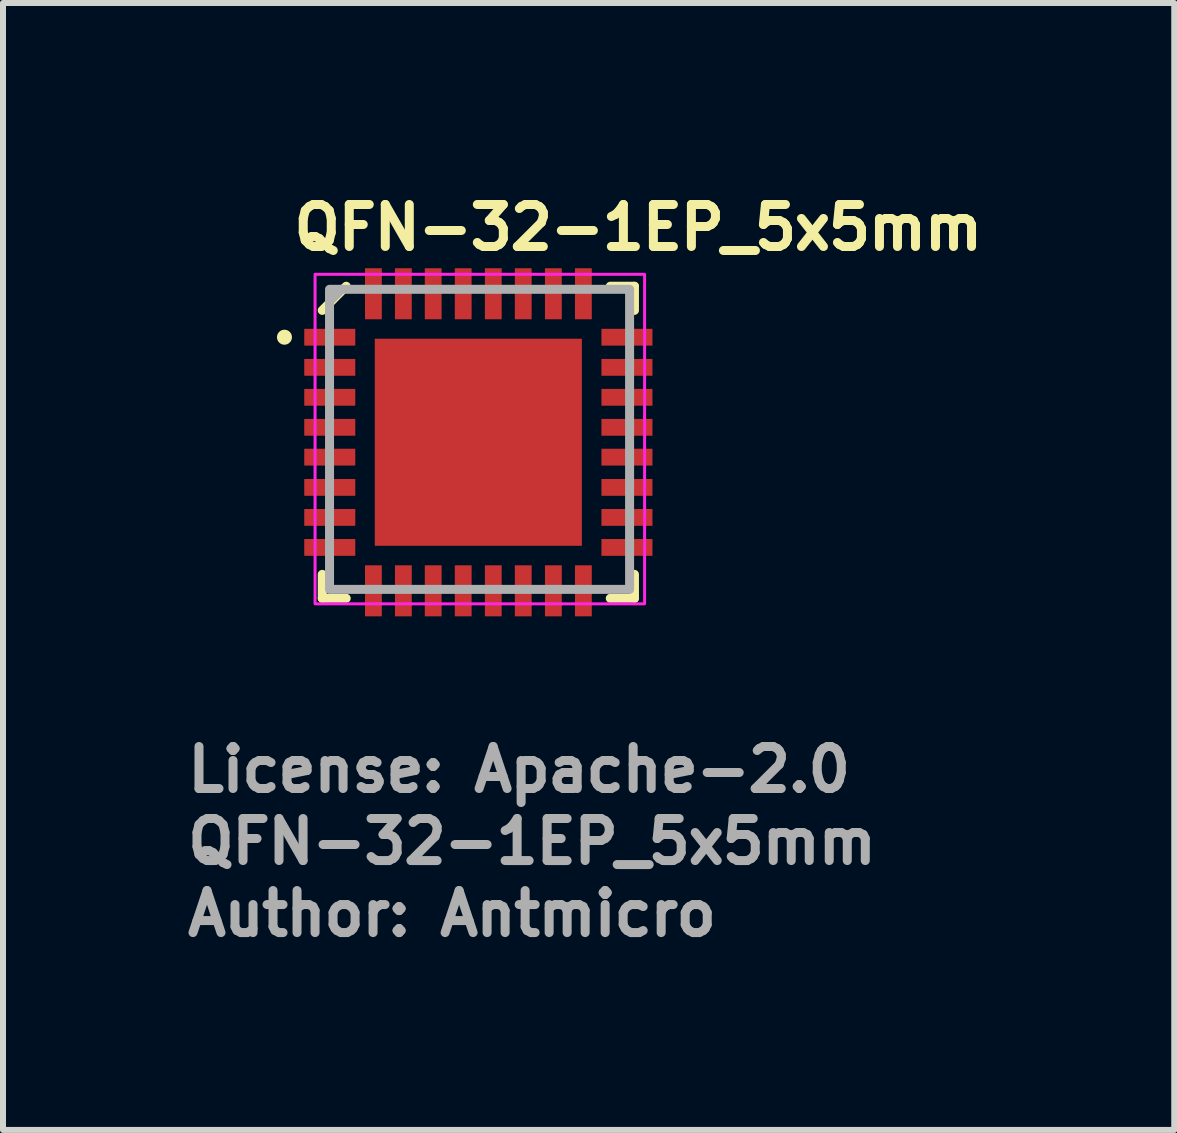
<source format=kicad_pcb>
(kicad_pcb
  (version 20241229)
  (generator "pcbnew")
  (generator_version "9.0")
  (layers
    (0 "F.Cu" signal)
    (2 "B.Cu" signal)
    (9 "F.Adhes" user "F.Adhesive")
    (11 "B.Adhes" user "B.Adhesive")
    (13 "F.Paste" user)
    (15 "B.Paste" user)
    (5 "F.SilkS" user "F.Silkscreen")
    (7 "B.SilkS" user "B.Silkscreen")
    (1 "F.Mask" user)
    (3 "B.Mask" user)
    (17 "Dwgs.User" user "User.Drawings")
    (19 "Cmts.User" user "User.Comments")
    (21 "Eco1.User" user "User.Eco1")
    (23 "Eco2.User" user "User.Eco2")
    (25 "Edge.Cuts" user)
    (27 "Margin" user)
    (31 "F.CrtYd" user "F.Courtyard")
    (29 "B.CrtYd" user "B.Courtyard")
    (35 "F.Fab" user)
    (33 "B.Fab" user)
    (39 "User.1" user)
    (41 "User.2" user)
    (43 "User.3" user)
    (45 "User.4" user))
  (footprint "QFN-32-1EP_5x5mm"
    (layer "F.Cu")
    (at 4.939 4.27)
    (property "Reference" "QFN-32-1EP_5x5mm" (at -3.169 -3.12 0) (layer "F.SilkS") (effects (font (size 0.7 0.7) (thickness 0.15)) (justify left bottom)))
    (attr smd)
    (fp_line (start -2.62 2.648) (end -2.62 2.249) (stroke (width 0.15) (type solid)) (layer "F.SilkS"))
    (fp_line (start -2.221 -2.551) (end -2.62 -2.149) (stroke (width 0.15) (type solid)) (layer "F.SilkS"))
    (fp_line (start -2.221 2.648) (end -2.62 2.648) (stroke (width 0.15) (type solid)) (layer "F.SilkS"))
    (fp_line (start 2.581 -2.551) (end 2.178 -2.551) (stroke (width 0.15) (type solid)) (layer "F.SilkS"))
    (fp_line (start 2.581 -2.551) (end 2.581 -2.149) (stroke (width 0.15) (type solid)) (layer "F.SilkS"))
    (fp_line (start 2.581 2.249) (end 2.581 2.648) (stroke (width 0.15) (type solid)) (layer "F.SilkS"))
    (fp_line (start 2.581 2.648) (end 2.178 2.648) (stroke (width 0.15) (type solid)) (layer "F.SilkS"))
    (fp_circle (center -3.25 -1.702) (end -3.2 -1.702) (stroke (width 0.15) (type solid)) (fill yes) (layer "F.SilkS"))
    (fp_rect (start -1.446 -0.175) (end -0.246 -1.375) (stroke (width 0.2) (type solid)) (fill yes) (layer "F.Paste"))
    (fp_rect (start -1.446 1.474) (end -0.246 0.274) (stroke (width 0.2) (type solid)) (fill yes) (layer "F.Paste"))
    (fp_rect (start 0.203 -0.175) (end 1.403 -1.375) (stroke (width 0.2) (type solid)) (fill yes) (layer "F.Paste"))
    (fp_rect (start 0.203 1.474) (end 1.403 0.274) (stroke (width 0.2) (type solid)) (fill yes) (layer "F.Paste"))
    (fp_rect (start -2.74 -2.75) (end 2.75 2.74) (stroke (width 0.05) (type solid)) (fill no) (layer "F.CrtYd"))
    (fp_line (start -2.499 -2.299) (end -2.298 -2.5) (stroke (width 0.15) (type solid)) (layer "F.Fab"))
    (fp_rect (start -2.499 -2.5) (end 2.5 2.499) (stroke (width 0.15) (type solid)) (fill no) (layer "F.Fab"))
    (fp_rect (start -2.499 -2.5) (end 2.5 2.499) (stroke (width 0.1) (type solid)) (fill no) (layer "User.5"))
    (fp_line (start -2.499 -2.5) (end -2.499 2.499) (stroke (width 0.02) (type solid)) (layer "User.9"))
    (fp_line (start -2.499 -1.875) (end -2.499 -1.875) (stroke (width 0.02) (type solid)) (layer "User.9"))
    (fp_line (start -2.499 -1.625) (end -2.499 -1.875) (stroke (width 0.02) (type solid)) (layer "User.9"))
    (fp_line (start -2.499 -1.625) (end -2.499 -1.625) (stroke (width 0.02) (type solid)) (layer "User.9"))
    (fp_line (start -2.499 -1.375) (end -2.499 -1.375) (stroke (width 0.02) (type solid)) (layer "User.9"))
    (fp_line (start -2.499 -1.125) (end -2.499 -1.375) (stroke (width 0.02) (type solid)) (layer "User.9"))
    (fp_line (start -2.499 -1.125) (end -2.499 -1.125) (stroke (width 0.02) (type solid)) (layer "User.9"))
    (fp_line (start -2.499 -0.875) (end -2.499 -0.875) (stroke (width 0.02) (type solid)) (layer "User.9"))
    (fp_line (start -2.499 -0.625) (end -2.499 -0.875) (stroke (width 0.02) (type solid)) (layer "User.9"))
    (fp_line (start -2.499 -0.625) (end -2.499 -0.625) (stroke (width 0.02) (type solid)) (layer "User.9"))
    (fp_line (start -2.499 -0.375) (end -2.499 -0.375) (stroke (width 0.02) (type solid)) (layer "User.9"))
    (fp_line (start -2.499 -0.125) (end -2.499 -0.375) (stroke (width 0.02) (type solid)) (layer "User.9"))
    (fp_line (start -2.499 -0.125) (end -2.499 -0.125) (stroke (width 0.02) (type solid)) (layer "User.9"))
    (fp_line (start -2.499 0.122) (end -2.499 0.122) (stroke (width 0.02) (type solid)) (layer "User.9"))
    (fp_line (start -2.499 0.372) (end -2.499 0.122) (stroke (width 0.02) (type solid)) (layer "User.9"))
    (fp_line (start -2.499 0.372) (end -2.499 0.372) (stroke (width 0.02) (type solid)) (layer "User.9"))
    (fp_line (start -2.499 0.622) (end -2.499 0.622) (stroke (width 0.02) (type solid)) (layer "User.9"))
    (fp_line (start -2.499 0.872) (end -2.499 0.622) (stroke (width 0.02) (type solid)) (layer "User.9"))
    (fp_line (start -2.499 0.872) (end -2.499 0.872) (stroke (width 0.02) (type solid)) (layer "User.9"))
    (fp_line (start -2.499 1.124) (end -2.499 1.124) (stroke (width 0.02) (type solid)) (layer "User.9"))
    (fp_line (start -2.499 1.374) (end -2.499 1.124) (stroke (width 0.02) (type solid)) (layer "User.9"))
    (fp_line (start -2.499 1.374) (end -2.499 1.374) (stroke (width 0.02) (type solid)) (layer "User.9"))
    (fp_line (start -2.499 1.624) (end -2.499 1.624) (stroke (width 0.02) (type solid)) (layer "User.9"))
    (fp_line (start -2.499 1.874) (end -2.499 1.624) (stroke (width 0.02) (type solid)) (layer "User.9"))
    (fp_line (start -2.499 1.874) (end -2.499 1.874) (stroke (width 0.02) (type solid)) (layer "User.9"))
    (fp_line (start -2.499 2.499) (end 2.5 2.499) (stroke (width 0.02) (type solid)) (layer "User.9"))
    (fp_line (start -1.999 -1.872) (end -1.999 -1.867) (stroke (width 0.02) (type solid)) (layer "User.9"))
    (fp_line (start -1.999 -1.867) (end -1.999 -1.859) (stroke (width 0.02) (type solid)) (layer "User.9"))
    (fp_line (start -1.999 -1.859) (end -1.999 -1.851) (stroke (width 0.02) (type solid)) (layer "User.9"))
    (fp_line (start -1.999 -1.851) (end -1.999 -1.851) (stroke (width 0.02) (type solid)) (layer "User.9"))
    (fp_line (start -1.999 -1.851) (end -1.999 -1.843) (stroke (width 0.02) (type solid)) (layer "User.9"))
    (fp_line (start -1.999 -1.843) (end -1.999 -1.835) (stroke (width 0.02) (type solid)) (layer "User.9"))
    (fp_line (start -1.999 -1.835) (end -1.999 -1.829) (stroke (width 0.02) (type solid)) (layer "User.9"))
    (fp_line (start -1.999 -1.829) (end -1.996 -1.821) (stroke (width 0.02) (type solid)) (layer "User.9"))
    (fp_line (start -1.996 -1.88) (end -1.999 -1.872) (stroke (width 0.02) (type solid)) (layer "User.9"))
    (fp_line (start -1.996 -1.821) (end -1.995 -1.813) (stroke (width 0.02) (type solid)) (layer "User.9"))
    (fp_line (start -1.995 -1.888) (end -1.996 -1.88) (stroke (width 0.02) (type solid)) (layer "User.9"))
    (fp_line (start -1.995 -1.813) (end -1.992 -1.807) (stroke (width 0.02) (type solid)) (layer "User.9"))
    (fp_line (start -1.992 -1.895) (end -1.995 -1.888) (stroke (width 0.02) (type solid)) (layer "User.9"))
    (fp_line (start -1.992 -1.807) (end -1.991 -1.799) (stroke (width 0.02) (type solid)) (layer "User.9"))
    (fp_line (start -1.991 -1.903) (end -1.992 -1.895) (stroke (width 0.02) (type solid)) (layer "User.9"))
    (fp_line (start -1.991 -1.799) (end -1.988 -1.791) (stroke (width 0.02) (type solid)) (layer "User.9"))
    (fp_line (start -1.988 -1.908) (end -1.991 -1.903) (stroke (width 0.02) (type solid)) (layer "User.9"))
    (fp_line (start -1.988 -1.791) (end -1.984 -1.786) (stroke (width 0.02) (type solid)) (layer "User.9"))
    (fp_line (start -1.984 -1.916) (end -1.988 -1.908) (stroke (width 0.02) (type solid)) (layer "User.9"))
    (fp_line (start -1.984 -1.786) (end -1.98 -1.779) (stroke (width 0.02) (type solid)) (layer "User.9"))
    (fp_line (start -1.98 -1.922) (end -1.984 -1.916) (stroke (width 0.02) (type solid)) (layer "User.9"))
    (fp_line (start -1.98 -1.779) (end -1.979 -1.774) (stroke (width 0.02) (type solid)) (layer "User.9"))
    (fp_line (start -1.979 -1.928) (end -1.98 -1.922) (stroke (width 0.02) (type solid)) (layer "User.9"))
    (fp_line (start -1.979 -1.774) (end -1.975 -1.767) (stroke (width 0.02) (type solid)) (layer "User.9"))
    (fp_line (start -1.975 -1.934) (end -1.979 -1.928) (stroke (width 0.02) (type solid)) (layer "User.9"))
    (fp_line (start -1.975 -1.767) (end -1.971 -1.762) (stroke (width 0.02) (type solid)) (layer "User.9"))
    (fp_line (start -1.971 -1.94) (end -1.975 -1.934) (stroke (width 0.02) (type solid)) (layer "User.9"))
    (fp_line (start -1.971 -1.762) (end -1.965 -1.755) (stroke (width 0.02) (type solid)) (layer "User.9"))
    (fp_line (start -1.965 -1.946) (end -1.971 -1.94) (stroke (width 0.02) (type solid)) (layer "User.9"))
    (fp_line (start -1.965 -1.755) (end -1.961 -1.75) (stroke (width 0.02) (type solid)) (layer "User.9"))
    (fp_line (start -1.961 -1.952) (end -1.965 -1.946) (stroke (width 0.02) (type solid)) (layer "User.9"))
    (fp_line (start -1.961 -1.75) (end -1.957 -1.743) (stroke (width 0.02) (type solid)) (layer "User.9"))
    (fp_line (start -1.957 -1.958) (end -1.961 -1.952) (stroke (width 0.02) (type solid)) (layer "User.9"))
    (fp_line (start -1.957 -1.743) (end -1.951 -1.739) (stroke (width 0.02) (type solid)) (layer "User.9"))
    (fp_line (start -1.951 -1.962) (end -1.957 -1.958) (stroke (width 0.02) (type solid)) (layer "User.9"))
    (fp_line (start -1.951 -1.739) (end -1.945 -1.735) (stroke (width 0.02) (type solid)) (layer "User.9"))
    (fp_line (start -1.945 -1.966) (end -1.951 -1.962) (stroke (width 0.02) (type solid)) (layer "User.9"))
    (fp_line (start -1.945 -1.735) (end -1.939 -1.73) (stroke (width 0.02) (type solid)) (layer "User.9"))
    (fp_line (start -1.939 -1.972) (end -1.945 -1.966) (stroke (width 0.02) (type solid)) (layer "User.9"))
    (fp_line (start -1.939 -1.73) (end -1.933 -1.726) (stroke (width 0.02) (type solid)) (layer "User.9"))
    (fp_line (start -1.933 -1.976) (end -1.939 -1.972) (stroke (width 0.02) (type solid)) (layer "User.9"))
    (fp_line (start -1.933 -1.726) (end -1.927 -1.722) (stroke (width 0.02) (type solid)) (layer "User.9"))
    (fp_line (start -1.927 -1.98) (end -1.933 -1.976) (stroke (width 0.02) (type solid)) (layer "User.9"))
    (fp_line (start -1.927 -1.722) (end -1.921 -1.72) (stroke (width 0.02) (type solid)) (layer "User.9"))
    (fp_line (start -1.921 -1.981) (end -1.927 -1.98) (stroke (width 0.02) (type solid)) (layer "User.9"))
    (fp_line (start -1.921 -1.72) (end -1.915 -1.716) (stroke (width 0.02) (type solid)) (layer "User.9"))
    (fp_line (start -1.915 -1.985) (end -1.921 -1.981) (stroke (width 0.02) (type solid)) (layer "User.9"))
    (fp_line (start -1.915 -1.716) (end -1.907 -1.712) (stroke (width 0.02) (type solid)) (layer "User.9"))
    (fp_line (start -1.907 -1.989) (end -1.915 -1.985) (stroke (width 0.02) (type solid)) (layer "User.9"))
    (fp_line (start -1.907 -1.712) (end -1.901 -1.71) (stroke (width 0.02) (type solid)) (layer "User.9"))
    (fp_line (start -1.901 -1.992) (end -1.907 -1.989) (stroke (width 0.02) (type solid)) (layer "User.9"))
    (fp_line (start -1.901 -1.71) (end -1.893 -1.708) (stroke (width 0.02) (type solid)) (layer "User.9"))
    (fp_line (start -1.893 -1.993) (end -1.901 -1.992) (stroke (width 0.02) (type solid)) (layer "User.9"))
    (fp_line (start -1.893 -1.708) (end -1.887 -1.706) (stroke (width 0.02) (type solid)) (layer "User.9"))
    (fp_line (start -1.887 -1.996) (end -1.893 -1.993) (stroke (width 0.02) (type solid)) (layer "User.9"))
    (fp_line (start -1.887 -1.706) (end -1.879 -1.704) (stroke (width 0.02) (type solid)) (layer "User.9"))
    (fp_line (start -1.879 -1.997) (end -1.887 -1.996) (stroke (width 0.02) (type solid)) (layer "User.9"))
    (fp_line (start -1.879 -1.704) (end -1.871 -1.702) (stroke (width 0.02) (type solid)) (layer "User.9"))
    (fp_line (start -1.874 -2.5) (end -1.874 -2.5) (stroke (width 0.02) (type solid)) (layer "User.9"))
    (fp_line (start -1.874 -2.5) (end -1.624 -2.5) (stroke (width 0.02) (type solid)) (layer "User.9"))
    (fp_line (start -1.874 2.499) (end -1.874 2.499) (stroke (width 0.02) (type solid)) (layer "User.9"))
    (fp_line (start -1.874 2.499) (end -1.624 2.499) (stroke (width 0.02) (type solid)) (layer "User.9"))
    (fp_line (start -1.871 -2) (end -1.879 -1.997) (stroke (width 0.02) (type solid)) (layer "User.9"))
    (fp_line (start -1.871 -1.702) (end -1.866 -1.702) (stroke (width 0.02) (type solid)) (layer "User.9"))
    (fp_line (start -1.866 -2) (end -1.871 -2) (stroke (width 0.02) (type solid)) (layer "User.9"))
    (fp_line (start -1.866 -1.702) (end -1.858 -1.702) (stroke (width 0.02) (type solid)) (layer "User.9"))
    (fp_line (start -1.858 -2) (end -1.866 -2) (stroke (width 0.02) (type solid)) (layer "User.9"))
    (fp_line (start -1.858 -1.702) (end -1.85 -1.702) (stroke (width 0.02) (type solid)) (layer "User.9"))
    (fp_line (start -1.85 -2) (end -1.858 -2) (stroke (width 0.02) (type solid)) (layer "User.9"))
    (fp_line (start -1.85 -1.702) (end -1.842 -1.702) (stroke (width 0.02) (type solid)) (layer "User.9"))
    (fp_line (start -1.842 -2) (end -1.85 -2) (stroke (width 0.02) (type solid)) (layer "User.9"))
    (fp_line (start -1.842 -1.702) (end -1.834 -1.702) (stroke (width 0.02) (type solid)) (layer "User.9"))
    (fp_line (start -1.834 -2) (end -1.842 -2) (stroke (width 0.02) (type solid)) (layer "User.9"))
    (fp_line (start -1.834 -1.702) (end -1.828 -1.702) (stroke (width 0.02) (type solid)) (layer "User.9"))
    (fp_line (start -1.828 -2) (end -1.834 -2) (stroke (width 0.02) (type solid)) (layer "User.9"))
    (fp_line (start -1.828 -1.702) (end -1.82 -1.704) (stroke (width 0.02) (type solid)) (layer "User.9"))
    (fp_line (start -1.82 -1.997) (end -1.828 -2) (stroke (width 0.02) (type solid)) (layer "User.9"))
    (fp_line (start -1.82 -1.704) (end -1.812 -1.706) (stroke (width 0.02) (type solid)) (layer "User.9"))
    (fp_line (start -1.812 -1.996) (end -1.82 -1.997) (stroke (width 0.02) (type solid)) (layer "User.9"))
    (fp_line (start -1.812 -1.706) (end -1.806 -1.708) (stroke (width 0.02) (type solid)) (layer "User.9"))
    (fp_line (start -1.806 -1.993) (end -1.812 -1.996) (stroke (width 0.02) (type solid)) (layer "User.9"))
    (fp_line (start -1.806 -1.708) (end -1.798 -1.71) (stroke (width 0.02) (type solid)) (layer "User.9"))
    (fp_line (start -1.798 -1.992) (end -1.806 -1.993) (stroke (width 0.02) (type solid)) (layer "User.9"))
    (fp_line (start -1.798 -1.71) (end -1.791 -1.712) (stroke (width 0.02) (type solid)) (layer "User.9"))
    (fp_line (start -1.791 -1.989) (end -1.798 -1.992) (stroke (width 0.02) (type solid)) (layer "User.9"))
    (fp_line (start -1.791 -1.712) (end -1.784 -1.716) (stroke (width 0.02) (type solid)) (layer "User.9"))
    (fp_line (start -1.784 -1.985) (end -1.791 -1.989) (stroke (width 0.02) (type solid)) (layer "User.9"))
    (fp_line (start -1.784 -1.716) (end -1.778 -1.72) (stroke (width 0.02) (type solid)) (layer "User.9"))
    (fp_line (start -1.778 -1.981) (end -1.784 -1.985) (stroke (width 0.02) (type solid)) (layer "User.9"))
    (fp_line (start -1.778 -1.72) (end -1.772 -1.722) (stroke (width 0.02) (type solid)) (layer "User.9"))
    (fp_line (start -1.772 -1.98) (end -1.778 -1.981) (stroke (width 0.02) (type solid)) (layer "User.9"))
    (fp_line (start -1.772 -1.722) (end -1.766 -1.726) (stroke (width 0.02) (type solid)) (layer "User.9"))
    (fp_line (start -1.766 -1.976) (end -1.772 -1.98) (stroke (width 0.02) (type solid)) (layer "User.9"))
    (fp_line (start -1.766 -1.726) (end -1.76 -1.73) (stroke (width 0.02) (type solid)) (layer "User.9"))
    (fp_line (start -1.76 -1.972) (end -1.766 -1.976) (stroke (width 0.02) (type solid)) (layer "User.9"))
    (fp_line (start -1.76 -1.73) (end -1.754 -1.735) (stroke (width 0.02) (type solid)) (layer "User.9"))
    (fp_line (start -1.754 -1.966) (end -1.76 -1.972) (stroke (width 0.02) (type solid)) (layer "User.9"))
    (fp_line (start -1.754 -1.735) (end -1.748 -1.739) (stroke (width 0.02) (type solid)) (layer "User.9"))
    (fp_line (start -1.748 -1.962) (end -1.754 -1.966) (stroke (width 0.02) (type solid)) (layer "User.9"))
    (fp_line (start -1.748 -1.739) (end -1.743 -1.743) (stroke (width 0.02) (type solid)) (layer "User.9"))
    (fp_line (start -1.743 -1.958) (end -1.748 -1.962) (stroke (width 0.02) (type solid)) (layer "User.9"))
    (fp_line (start -1.743 -1.743) (end -1.739 -1.75) (stroke (width 0.02) (type solid)) (layer "User.9"))
    (fp_line (start -1.739 -1.952) (end -1.743 -1.958) (stroke (width 0.02) (type solid)) (layer "User.9"))
    (fp_line (start -1.739 -1.75) (end -1.735 -1.755) (stroke (width 0.02) (type solid)) (layer "User.9"))
    (fp_line (start -1.735 -1.946) (end -1.739 -1.952) (stroke (width 0.02) (type solid)) (layer "User.9"))
    (fp_line (start -1.735 -1.755) (end -1.729 -1.762) (stroke (width 0.02) (type solid)) (layer "User.9"))
    (fp_line (start -1.729 -1.94) (end -1.735 -1.946) (stroke (width 0.02) (type solid)) (layer "User.9"))
    (fp_line (start -1.729 -1.762) (end -1.725 -1.767) (stroke (width 0.02) (type solid)) (layer "User.9"))
    (fp_line (start -1.725 -1.934) (end -1.729 -1.94) (stroke (width 0.02) (type solid)) (layer "User.9"))
    (fp_line (start -1.725 -1.767) (end -1.721 -1.774) (stroke (width 0.02) (type solid)) (layer "User.9"))
    (fp_line (start -1.721 -1.928) (end -1.725 -1.934) (stroke (width 0.02) (type solid)) (layer "User.9"))
    (fp_line (start -1.721 -1.774) (end -1.719 -1.779) (stroke (width 0.02) (type solid)) (layer "User.9"))
    (fp_line (start -1.719 -1.922) (end -1.721 -1.928) (stroke (width 0.02) (type solid)) (layer "User.9"))
    (fp_line (start -1.719 -1.779) (end -1.715 -1.786) (stroke (width 0.02) (type solid)) (layer "User.9"))
    (fp_line (start -1.715 -1.916) (end -1.719 -1.922) (stroke (width 0.02) (type solid)) (layer "User.9"))
    (fp_line (start -1.715 -1.786) (end -1.711 -1.791) (stroke (width 0.02) (type solid)) (layer "User.9"))
    (fp_line (start -1.711 -1.908) (end -1.715 -1.916) (stroke (width 0.02) (type solid)) (layer "User.9"))
    (fp_line (start -1.711 -1.791) (end -1.709 -1.799) (stroke (width 0.02) (type solid)) (layer "User.9"))
    (fp_line (start -1.709 -1.903) (end -1.711 -1.908) (stroke (width 0.02) (type solid)) (layer "User.9"))
    (fp_line (start -1.709 -1.799) (end -1.707 -1.807) (stroke (width 0.02) (type solid)) (layer "User.9"))
    (fp_line (start -1.707 -1.895) (end -1.709 -1.903) (stroke (width 0.02) (type solid)) (layer "User.9"))
    (fp_line (start -1.707 -1.807) (end -1.705 -1.813) (stroke (width 0.02) (type solid)) (layer "User.9"))
    (fp_line (start -1.705 -1.888) (end -1.707 -1.895) (stroke (width 0.02) (type solid)) (layer "User.9"))
    (fp_line (start -1.705 -1.813) (end -1.703 -1.821) (stroke (width 0.02) (type solid)) (layer "User.9"))
    (fp_line (start -1.703 -1.88) (end -1.705 -1.888) (stroke (width 0.02) (type solid)) (layer "User.9"))
    (fp_line (start -1.703 -1.821) (end -1.701 -1.829) (stroke (width 0.02) (type solid)) (layer "User.9"))
    (fp_line (start -1.701 -1.872) (end -1.703 -1.88) (stroke (width 0.02) (type solid)) (layer "User.9"))
    (fp_line (start -1.701 -1.867) (end -1.701 -1.872) (stroke (width 0.02) (type solid)) (layer "User.9"))
    (fp_line (start -1.701 -1.859) (end -1.701 -1.867) (stroke (width 0.02) (type solid)) (layer "User.9"))
    (fp_line (start -1.701 -1.851) (end -1.701 -1.859) (stroke (width 0.02) (type solid)) (layer "User.9"))
    (fp_line (start -1.701 -1.851) (end -1.701 -1.851) (stroke (width 0.02) (type solid)) (layer "User.9"))
    (fp_line (start -1.701 -1.843) (end -1.701 -1.851) (stroke (width 0.02) (type solid)) (layer "User.9"))
    (fp_line (start -1.701 -1.835) (end -1.701 -1.843) (stroke (width 0.02) (type solid)) (layer "User.9"))
    (fp_line (start -1.701 -1.829) (end -1.701 -1.835) (stroke (width 0.02) (type solid)) (layer "User.9"))
    (fp_line (start -1.624 -2.5) (end -1.624 -2.5) (stroke (width 0.02) (type solid)) (layer "User.9"))
    (fp_line (start -1.624 2.499) (end -1.624 2.499) (stroke (width 0.02) (type solid)) (layer "User.9"))
    (fp_line (start -1.374 -2.5) (end -1.374 -2.5) (stroke (width 0.02) (type solid)) (layer "User.9"))
    (fp_line (start -1.374 -2.5) (end -1.124 -2.5) (stroke (width 0.02) (type solid)) (layer "User.9"))
    (fp_line (start -1.374 2.499) (end -1.374 2.499) (stroke (width 0.02) (type solid)) (layer "User.9"))
    (fp_line (start -1.374 2.499) (end -1.124 2.499) (stroke (width 0.02) (type solid)) (layer "User.9"))
    (fp_line (start -1.124 -2.5) (end -1.124 -2.5) (stroke (width 0.02) (type solid)) (layer "User.9"))
    (fp_line (start -1.124 2.499) (end -1.124 2.499) (stroke (width 0.02) (type solid)) (layer "User.9"))
    (fp_line (start -0.874 -2.5) (end -0.874 -2.5) (stroke (width 0.02) (type solid)) (layer "User.9"))
    (fp_line (start -0.874 -2.5) (end -0.623 -2.5) (stroke (width 0.02) (type solid)) (layer "User.9"))
    (fp_line (start -0.874 2.499) (end -0.874 2.499) (stroke (width 0.02) (type solid)) (layer "User.9"))
    (fp_line (start -0.874 2.499) (end -0.623 2.499) (stroke (width 0.02) (type solid)) (layer "User.9"))
    (fp_line (start -0.623 -2.5) (end -0.623 -2.5) (stroke (width 0.02) (type solid)) (layer "User.9"))
    (fp_line (start -0.623 2.499) (end -0.623 2.499) (stroke (width 0.02) (type solid)) (layer "User.9"))
    (fp_line (start -0.373 -2.5) (end -0.373 -2.5) (stroke (width 0.02) (type solid)) (layer "User.9"))
    (fp_line (start -0.373 -2.5) (end -0.123 -2.5) (stroke (width 0.02) (type solid)) (layer "User.9"))
    (fp_line (start -0.373 2.499) (end -0.373 2.499) (stroke (width 0.02) (type solid)) (layer "User.9"))
    (fp_line (start -0.373 2.499) (end -0.123 2.499) (stroke (width 0.02) (type solid)) (layer "User.9"))
    (fp_line (start -0.123 -2.5) (end -0.123 -2.5) (stroke (width 0.02) (type solid)) (layer "User.9"))
    (fp_line (start -0.123 2.499) (end -0.123 2.499) (stroke (width 0.02) (type solid)) (layer "User.9"))
    (fp_line (start 0.123 -2.5) (end 0.123 -2.5) (stroke (width 0.02) (type solid)) (layer "User.9"))
    (fp_line (start 0.123 2.499) (end 0.123 2.499) (stroke (width 0.02) (type solid)) (layer "User.9"))
    (fp_line (start 0.373 -2.5) (end 0.123 -2.5) (stroke (width 0.02) (type solid)) (layer "User.9"))
    (fp_line (start 0.373 -2.5) (end 0.373 -2.5) (stroke (width 0.02) (type solid)) (layer "User.9"))
    (fp_line (start 0.373 2.499) (end 0.123 2.499) (stroke (width 0.02) (type solid)) (layer "User.9"))
    (fp_line (start 0.373 2.499) (end 0.373 2.499) (stroke (width 0.02) (type solid)) (layer "User.9"))
    (fp_line (start 0.623 -2.5) (end 0.623 -2.5) (stroke (width 0.02) (type solid)) (layer "User.9"))
    (fp_line (start 0.623 2.499) (end 0.623 2.499) (stroke (width 0.02) (type solid)) (layer "User.9"))
    (fp_line (start 0.873 -2.5) (end 0.623 -2.5) (stroke (width 0.02) (type solid)) (layer "User.9"))
    (fp_line (start 0.873 -2.5) (end 0.873 -2.5) (stroke (width 0.02) (type solid)) (layer "User.9"))
    (fp_line (start 0.873 2.499) (end 0.623 2.499) (stroke (width 0.02) (type solid)) (layer "User.9"))
    (fp_line (start 0.873 2.499) (end 0.873 2.499) (stroke (width 0.02) (type solid)) (layer "User.9"))
    (fp_line (start 1.125 -2.5) (end 1.125 -2.5) (stroke (width 0.02) (type solid)) (layer "User.9"))
    (fp_line (start 1.125 2.499) (end 1.125 2.499) (stroke (width 0.02) (type solid)) (layer "User.9"))
    (fp_line (start 1.375 -2.5) (end 1.125 -2.5) (stroke (width 0.02) (type solid)) (layer "User.9"))
    (fp_line (start 1.375 -2.5) (end 1.375 -2.5) (stroke (width 0.02) (type solid)) (layer "User.9"))
    (fp_line (start 1.375 2.499) (end 1.125 2.499) (stroke (width 0.02) (type solid)) (layer "User.9"))
    (fp_line (start 1.375 2.499) (end 1.375 2.499) (stroke (width 0.02) (type solid)) (layer "User.9"))
    (fp_line (start 1.625 -2.5) (end 1.625 -2.5) (stroke (width 0.02) (type solid)) (layer "User.9"))
    (fp_line (start 1.625 2.499) (end 1.625 2.499) (stroke (width 0.02) (type solid)) (layer "User.9"))
    (fp_line (start 1.875 -2.5) (end 1.625 -2.5) (stroke (width 0.02) (type solid)) (layer "User.9"))
    (fp_line (start 1.875 -2.5) (end 1.875 -2.5) (stroke (width 0.02) (type solid)) (layer "User.9"))
    (fp_line (start 1.875 2.499) (end 1.625 2.499) (stroke (width 0.02) (type solid)) (layer "User.9"))
    (fp_line (start 1.875 2.499) (end 1.875 2.499) (stroke (width 0.02) (type solid)) (layer "User.9"))
    (fp_line (start 2.5 -2.5) (end -2.499 -2.5) (stroke (width 0.02) (type solid)) (layer "User.9"))
    (fp_line (start 2.5 -1.875) (end 2.5 -1.875) (stroke (width 0.02) (type solid)) (layer "User.9"))
    (fp_line (start 2.5 -1.625) (end 2.5 -1.875) (stroke (width 0.02) (type solid)) (layer "User.9"))
    (fp_line (start 2.5 -1.625) (end 2.5 -1.625) (stroke (width 0.02) (type solid)) (layer "User.9"))
    (fp_line (start 2.5 -1.375) (end 2.5 -1.375) (stroke (width 0.02) (type solid)) (layer "User.9"))
    (fp_line (start 2.5 -1.125) (end 2.5 -1.375) (stroke (width 0.02) (type solid)) (layer "User.9"))
    (fp_line (start 2.5 -1.125) (end 2.5 -1.125) (stroke (width 0.02) (type solid)) (layer "User.9"))
    (fp_line (start 2.5 -0.875) (end 2.5 -0.875) (stroke (width 0.02) (type solid)) (layer "User.9"))
    (fp_line (start 2.5 -0.625) (end 2.5 -0.875) (stroke (width 0.02) (type solid)) (layer "User.9"))
    (fp_line (start 2.5 -0.625) (end 2.5 -0.625) (stroke (width 0.02) (type solid)) (layer "User.9"))
    (fp_line (start 2.5 -0.375) (end 2.5 -0.375) (stroke (width 0.02) (type solid)) (layer "User.9"))
    (fp_line (start 2.5 -0.125) (end 2.5 -0.375) (stroke (width 0.02) (type solid)) (layer "User.9"))
    (fp_line (start 2.5 -0.125) (end 2.5 -0.125) (stroke (width 0.02) (type solid)) (layer "User.9"))
    (fp_line (start 2.5 0.122) (end 2.5 0.122) (stroke (width 0.02) (type solid)) (layer "User.9"))
    (fp_line (start 2.5 0.372) (end 2.5 0.122) (stroke (width 0.02) (type solid)) (layer "User.9"))
    (fp_line (start 2.5 0.372) (end 2.5 0.372) (stroke (width 0.02) (type solid)) (layer "User.9"))
    (fp_line (start 2.5 0.622) (end 2.5 0.622) (stroke (width 0.02) (type solid)) (layer "User.9"))
    (fp_line (start 2.5 0.872) (end 2.5 0.622) (stroke (width 0.02) (type solid)) (layer "User.9"))
    (fp_line (start 2.5 0.872) (end 2.5 0.872) (stroke (width 0.02) (type solid)) (layer "User.9"))
    (fp_line (start 2.5 1.124) (end 2.5 1.124) (stroke (width 0.02) (type solid)) (layer "User.9"))
    (fp_line (start 2.5 1.374) (end 2.5 1.124) (stroke (width 0.02) (type solid)) (layer "User.9"))
    (fp_line (start 2.5 1.374) (end 2.5 1.374) (stroke (width 0.02) (type solid)) (layer "User.9"))
    (fp_line (start 2.5 1.624) (end 2.5 1.624) (stroke (width 0.02) (type solid)) (layer "User.9"))
    (fp_line (start 2.5 1.874) (end 2.5 1.624) (stroke (width 0.02) (type solid)) (layer "User.9"))
    (fp_line (start 2.5 1.874) (end 2.5 1.874) (stroke (width 0.02) (type solid)) (layer "User.9"))
    (fp_line (start 2.5 2.499) (end 2.5 -2.5) (stroke (width 0.02) (type solid)) (layer "User.9"))
    (fp_text user "Author: Antmicro" (at -4.939 8.31 0) (layer "F.Fab") (effects (font (size 0.7 0.7) (thickness 0.15)) (justify left bottom)))
    (fp_text user "License: Apache-2.0" (at -4.939 5.91 0) (layer "F.Fab") (effects (font (size 0.7 0.7) (thickness 0.15)) (justify left bottom)))
    (fp_text user "${REFERENCE}" (at -4.939 7.11 0) (layer "F.Fab") (effects (font (size 0.7 0.7) (thickness 0.15)) (justify left bottom)))
    (pad "1" smd rect (at -2.495 -1.702 270) (size 0.28 0.85) (layers "F.Cu" "F.Mask" "F.Paste"))
    (pad "2" smd rect (at -2.495 -1.2 270) (size 0.28 0.85) (layers "F.Cu" "F.Mask" "F.Paste"))
    (pad "3" smd rect (at -2.495 -0.701 270) (size 0.28 0.85) (layers "F.Cu" "F.Mask" "F.Paste"))
    (pad "4" smd rect (at -2.495 -0.201 270) (size 0.28 0.85) (layers "F.Cu" "F.Mask" "F.Paste"))
    (pad "5" smd rect (at -2.495 0.296 270) (size 0.28 0.85) (layers "F.Cu" "F.Mask" "F.Paste"))
    (pad "6" smd rect (at -2.495 0.8 270) (size 0.28 0.85) (layers "F.Cu" "F.Mask" "F.Paste"))
    (pad "7" smd rect (at -2.495 1.3 270) (size 0.28 0.85) (layers "F.Cu" "F.Mask" "F.Paste"))
    (pad "8" smd rect (at -2.495 1.8 270) (size 0.28 0.85) (layers "F.Cu" "F.Mask" "F.Paste"))
    (pad "9" smd rect (at -1.768 2.523 270) (size 0.85 0.28) (layers "F.Cu" "F.Mask" "F.Paste"))
    (pad "10" smd rect (at -1.269 2.523 270) (size 0.85 0.28) (layers "F.Cu" "F.Mask" "F.Paste"))
    (pad "11" smd rect (at -0.772 2.523 270) (size 0.85 0.28) (layers "F.Cu" "F.Mask" "F.Paste"))
    (pad "12" smd rect (at -0.272 2.523 270) (size 0.85 0.28) (layers "F.Cu" "F.Mask" "F.Paste"))
    (pad "13" smd rect (at 0.229 2.523 270) (size 0.85 0.28) (layers "F.Cu" "F.Mask" "F.Paste"))
    (pad "14" smd rect (at 0.728 2.523 270) (size 0.85 0.28) (layers "F.Cu" "F.Mask" "F.Paste"))
    (pad "15" smd rect (at 1.23 2.523 270) (size 0.85 0.28) (layers "F.Cu" "F.Mask" "F.Paste"))
    (pad "16" smd rect (at 1.73 2.523 270) (size 0.85 0.28) (layers "F.Cu" "F.Mask" "F.Paste"))
    (pad "17" smd rect (at 2.456 1.8 270) (size 0.28 0.85) (layers "F.Cu" "F.Mask" "F.Paste"))
    (pad "18" smd rect (at 2.456 1.3 270) (size 0.28 0.85) (layers "F.Cu" "F.Mask" "F.Paste"))
    (pad "19" smd rect (at 2.456 0.8 270) (size 0.28 0.85) (layers "F.Cu" "F.Mask" "F.Paste"))
    (pad "20" smd rect (at 2.456 0.296 270) (size 0.28 0.85) (layers "F.Cu" "F.Mask" "F.Paste"))
    (pad "21" smd rect (at 2.456 -0.201 270) (size 0.28 0.85) (layers "F.Cu" "F.Mask" "F.Paste"))
    (pad "22" smd rect (at 2.456 -0.701 270) (size 0.28 0.85) (layers "F.Cu" "F.Mask" "F.Paste"))
    (pad "23" smd rect (at 2.456 -1.2 270) (size 0.28 0.85) (layers "F.Cu" "F.Mask" "F.Paste"))
    (pad "24" smd rect (at 2.456 -1.702 270) (size 0.28 0.85) (layers "F.Cu" "F.Mask" "F.Paste"))
    (pad "25" smd rect (at 1.73 -2.426 270) (size 0.85 0.28) (layers "F.Cu" "F.Mask" "F.Paste"))
    (pad "26" smd rect (at 1.23 -2.426 270) (size 0.85 0.28) (layers "F.Cu" "F.Mask" "F.Paste"))
    (pad "27" smd rect (at 0.728 -2.426 270) (size 0.85 0.28) (layers "F.Cu" "F.Mask" "F.Paste"))
    (pad "28" smd rect (at 0.229 -2.426 270) (size 0.85 0.28) (layers "F.Cu" "F.Mask" "F.Paste"))
    (pad "29" smd rect (at -0.272 -2.426 270) (size 0.85 0.28) (layers "F.Cu" "F.Mask" "F.Paste"))
    (pad "30" smd rect (at -0.772 -2.426 270) (size 0.85 0.28) (layers "F.Cu" "F.Mask" "F.Paste"))
    (pad "31" smd rect (at -1.269 -2.426 270) (size 0.85 0.28) (layers "F.Cu" "F.Mask" "F.Paste"))
    (pad "32" smd rect (at -1.768 -2.426 270) (size 0.85 0.28) (layers "F.Cu" "F.Mask" "F.Paste"))
    (pad "33" smd rect (at -0.02 0.048 270) (size 3.45 3.45) (layers "F.Cu" "F.Mask")))
  (gr_rect
    (start -3 -3)
    (end 16.513 15.775)
    (stroke (width 0.1) (type default))
    (fill no)
    (layer "Edge.Cuts")))
</source>
